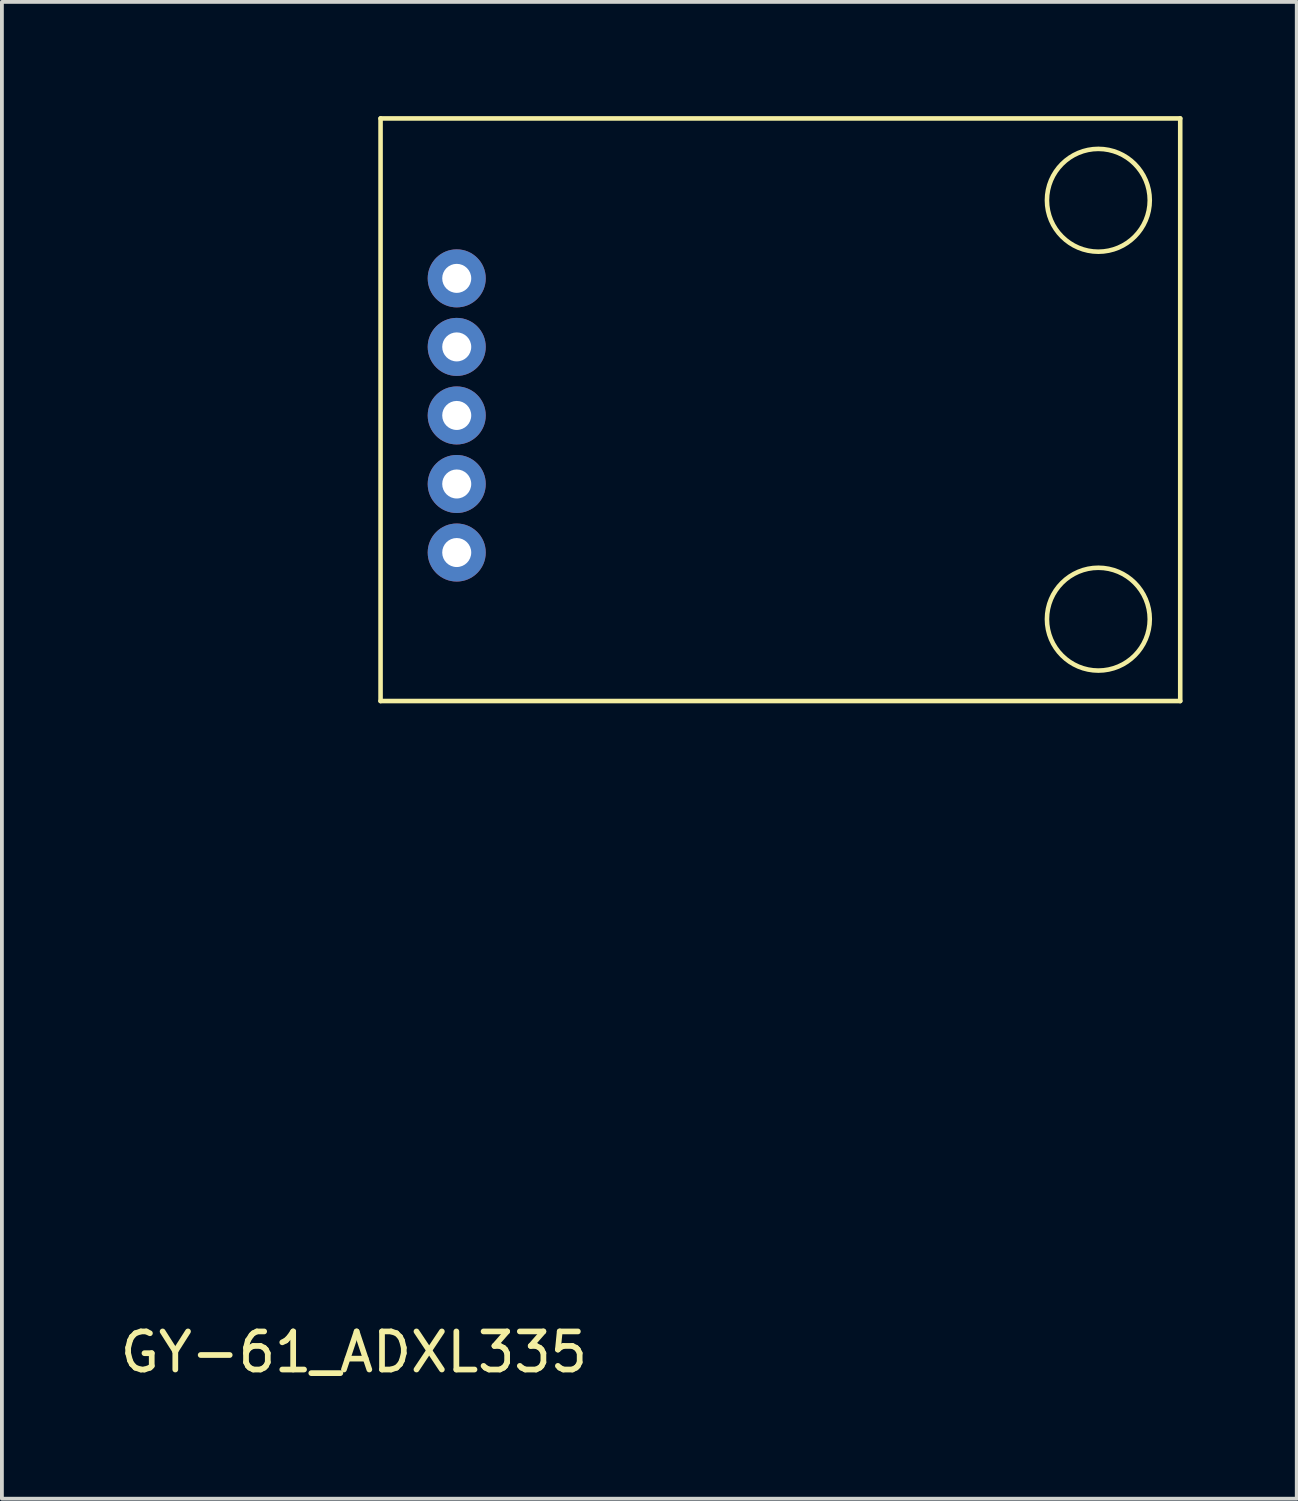
<source format=kicad_pcb>
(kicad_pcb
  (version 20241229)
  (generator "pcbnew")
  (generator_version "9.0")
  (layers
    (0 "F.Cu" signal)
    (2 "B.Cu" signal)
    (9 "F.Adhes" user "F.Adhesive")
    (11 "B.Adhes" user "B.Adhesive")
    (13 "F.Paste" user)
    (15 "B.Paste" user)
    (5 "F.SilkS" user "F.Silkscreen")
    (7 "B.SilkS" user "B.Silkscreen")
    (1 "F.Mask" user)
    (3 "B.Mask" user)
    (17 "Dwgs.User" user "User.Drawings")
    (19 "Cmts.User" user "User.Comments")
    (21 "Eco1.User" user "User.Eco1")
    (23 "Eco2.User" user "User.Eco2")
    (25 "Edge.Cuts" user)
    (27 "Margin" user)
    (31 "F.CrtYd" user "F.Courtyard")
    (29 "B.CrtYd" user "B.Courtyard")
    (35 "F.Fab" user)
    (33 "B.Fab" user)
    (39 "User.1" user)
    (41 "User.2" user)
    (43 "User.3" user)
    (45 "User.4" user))
  (footprint "GY-61_ADXL335"
    (layer "F.Cu")
    (at 6.944 15.36)
    (property "Reference" "GY-61_ADXL335" (at -0.7 17.1 0) (layer "F.SilkS") (effects (font (size 1 1) (thickness 0.15))))
    (attr through_hole)
    (fp_line (start 0 -15.3) (end 21 -15.3) (stroke (width 0.12) (type solid)) (layer "F.SilkS"))
    (fp_line (start 0 0) (end 0 -15.3) (stroke (width 0.12) (type solid)) (layer "F.SilkS"))
    (fp_line (start 21 -15.3) (end 21 0) (stroke (width 0.12) (type solid)) (layer "F.SilkS"))
    (fp_line (start 21 0) (end 0 0) (stroke (width 0.12) (type solid)) (layer "F.SilkS"))
    (fp_circle (center 18.85 -13.15) (end 20.2 -13.15) (stroke (width 0.12) (type solid)) (fill no) (layer "F.SilkS"))
    (fp_circle (center 18.85 -2.15) (end 20.2 -2.15) (stroke (width 0.12) (type solid)) (fill no) (layer "F.SilkS"))
    (pad "1" thru_hole circle (at 2 -3.9) (size 1.524 1.524) (drill 0.762) (layers "*.Cu" "*.Mask"))
    (pad "2" thru_hole circle (at 2 -5.7) (size 1.524 1.524) (drill 0.762) (layers "*.Cu" "*.Mask"))
    (pad "3" thru_hole circle (at 2 -7.5) (size 1.524 1.524) (drill 0.762) (layers "*.Cu" "*.Mask"))
    (pad "4" thru_hole circle (at 2 -9.3) (size 1.524 1.524) (drill 0.762) (layers "*.Cu" "*.Mask"))
    (pad "5" thru_hole circle (at 2 -11.1) (size 1.524 1.524) (drill 0.762) (layers "*.Cu" "*.Mask")))
  (gr_rect
    (start -3 -3)
    (end 31.004 36.308)
    (stroke (width 0.1) (type default))
    (fill no)
    (layer "Edge.Cuts")))
</source>
